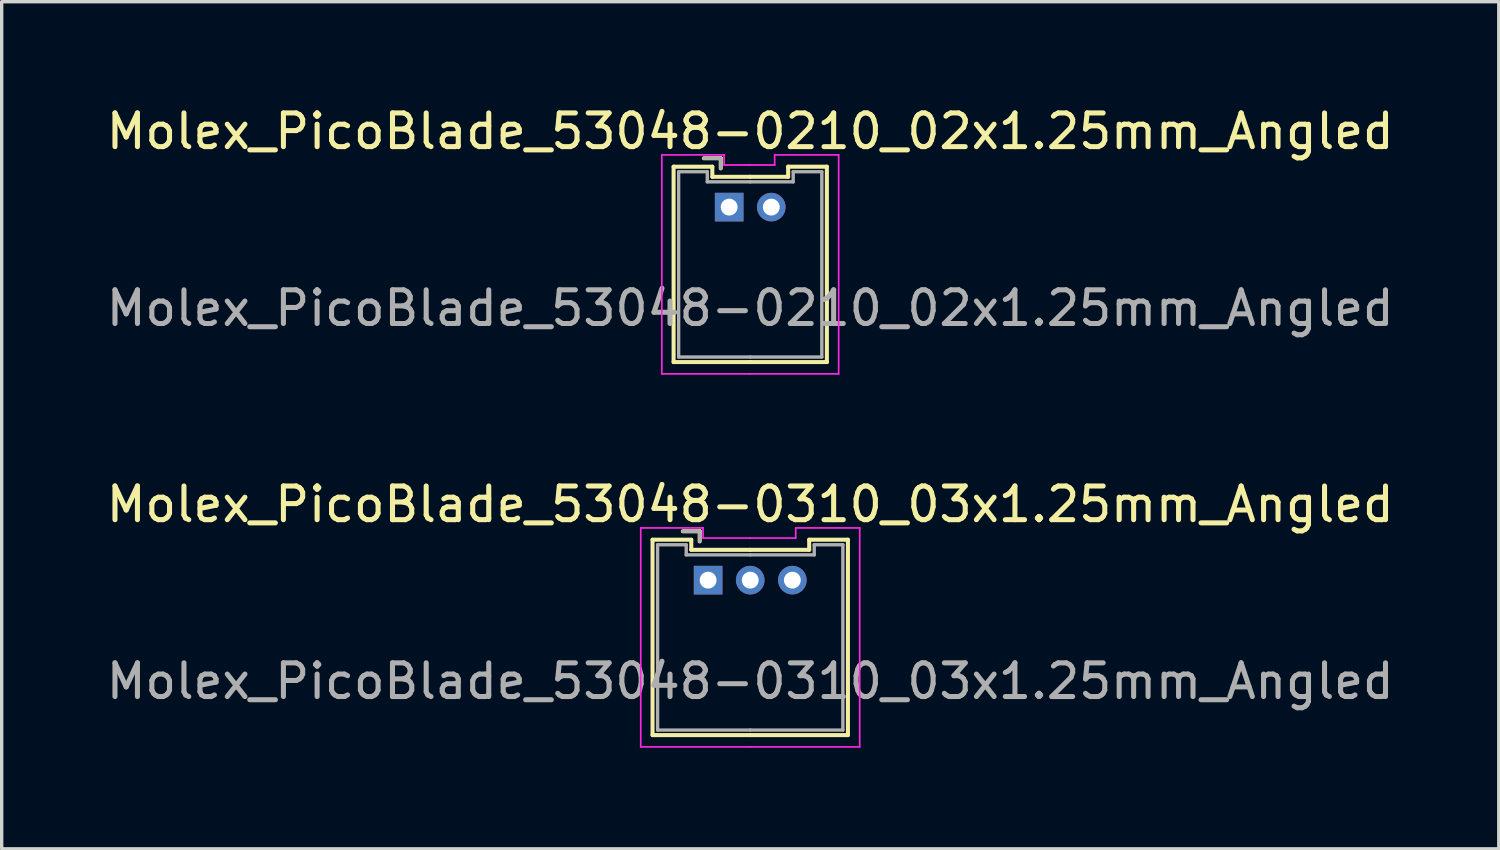
<source format=kicad_pcb>
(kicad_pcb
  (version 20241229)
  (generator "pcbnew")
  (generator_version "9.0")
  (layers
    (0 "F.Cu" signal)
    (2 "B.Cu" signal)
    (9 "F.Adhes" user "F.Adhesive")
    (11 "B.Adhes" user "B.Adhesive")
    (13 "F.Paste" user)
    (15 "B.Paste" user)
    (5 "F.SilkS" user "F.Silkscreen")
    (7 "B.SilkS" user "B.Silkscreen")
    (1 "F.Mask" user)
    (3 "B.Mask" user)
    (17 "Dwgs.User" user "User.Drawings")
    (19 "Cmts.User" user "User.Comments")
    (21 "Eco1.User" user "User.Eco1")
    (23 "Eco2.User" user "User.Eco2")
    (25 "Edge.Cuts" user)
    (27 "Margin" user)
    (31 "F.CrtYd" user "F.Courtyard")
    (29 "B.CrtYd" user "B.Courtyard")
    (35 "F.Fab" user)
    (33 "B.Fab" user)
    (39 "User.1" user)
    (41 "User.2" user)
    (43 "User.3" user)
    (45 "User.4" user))
  (footprint "Molex_PicoBlade_53048-0210_02x1.25mm_Angled"
    (layer "F.Cu")
    (at 18.595 3.098)
    (property "Reference" "Molex_PicoBlade_53048-0210_02x1.25mm_Angled" (at 0.625 -2.25 0) (layer "F.SilkS") (effects (font (size 1 1) (thickness 0.15))))
    (attr through_hole)
    (fp_line (start -1.65 -1.2) (end -1.65 4.6) (stroke (width 0.12) (type solid)) (layer "F.SilkS"))
    (fp_line (start -1.65 4.6) (end 0.625 4.6) (stroke (width 0.12) (type solid)) (layer "F.SilkS"))
    (fp_line (start -0.5 -1.2) (end -1.65 -1.2) (stroke (width 0.12) (type solid)) (layer "F.SilkS"))
    (fp_line (start -0.5 -0.9) (end -0.5 -1.2) (stroke (width 0.12) (type solid)) (layer "F.SilkS"))
    (fp_line (start -0.25 -1.45) (end -0.75 -1.45) (stroke (width 0.12) (type solid)) (layer "F.SilkS"))
    (fp_line (start -0.25 -1.15) (end -0.25 -1.45) (stroke (width 0.12) (type solid)) (layer "F.SilkS"))
    (fp_line (start 0.625 -0.9) (end -0.5 -0.9) (stroke (width 0.12) (type solid)) (layer "F.SilkS"))
    (fp_line (start 0.625 -0.9) (end 1.75 -0.9) (stroke (width 0.12) (type solid)) (layer "F.SilkS"))
    (fp_line (start 1.75 -1.2) (end 2.9 -1.2) (stroke (width 0.12) (type solid)) (layer "F.SilkS"))
    (fp_line (start 1.75 -0.9) (end 1.75 -1.2) (stroke (width 0.12) (type solid)) (layer "F.SilkS"))
    (fp_line (start 2.9 -1.2) (end 2.9 4.6) (stroke (width 0.12) (type solid)) (layer "F.SilkS"))
    (fp_line (start 2.9 4.6) (end 0.625 4.6) (stroke (width 0.12) (type solid)) (layer "F.SilkS"))
    (fp_line (start -2 -1.55) (end -2 4.95) (stroke (width 0.05) (type solid)) (layer "F.CrtYd"))
    (fp_line (start -2 4.95) (end 0.6 4.95) (stroke (width 0.05) (type solid)) (layer "F.CrtYd"))
    (fp_line (start -0.15 -1.55) (end -2 -1.55) (stroke (width 0.05) (type solid)) (layer "F.CrtYd"))
    (fp_line (start -0.15 -1.25) (end -0.15 -1.55) (stroke (width 0.05) (type solid)) (layer "F.CrtYd"))
    (fp_line (start 0.6 -1.25) (end -0.15 -1.25) (stroke (width 0.05) (type solid)) (layer "F.CrtYd"))
    (fp_line (start 0.6 -1.25) (end 1.35 -1.25) (stroke (width 0.05) (type solid)) (layer "F.CrtYd"))
    (fp_line (start 1.35 -1.55) (end 3.25 -1.55) (stroke (width 0.05) (type solid)) (layer "F.CrtYd"))
    (fp_line (start 1.35 -1.25) (end 1.35 -1.55) (stroke (width 0.05) (type solid)) (layer "F.CrtYd"))
    (fp_line (start 3.25 -1.55) (end 3.25 4.95) (stroke (width 0.05) (type solid)) (layer "F.CrtYd"))
    (fp_line (start 3.25 4.95) (end 0.6 4.95) (stroke (width 0.05) (type solid)) (layer "F.CrtYd"))
    (fp_line (start -1.5 -1.05) (end -1.5 4.45) (stroke (width 0.1) (type solid)) (layer "F.Fab"))
    (fp_line (start -1.5 4.45) (end 0.625 4.45) (stroke (width 0.1) (type solid)) (layer "F.Fab"))
    (fp_line (start -0.65 -1.05) (end -1.5 -1.05) (stroke (width 0.1) (type solid)) (layer "F.Fab"))
    (fp_line (start -0.65 -0.75) (end -0.65 -1.05) (stroke (width 0.1) (type solid)) (layer "F.Fab"))
    (fp_line (start -0.25 -1.45) (end -0.75 -1.45) (stroke (width 0.1) (type solid)) (layer "F.Fab"))
    (fp_line (start -0.25 -1.15) (end -0.25 -1.45) (stroke (width 0.1) (type solid)) (layer "F.Fab"))
    (fp_line (start 0.625 -0.75) (end -0.65 -0.75) (stroke (width 0.1) (type solid)) (layer "F.Fab"))
    (fp_line (start 0.625 -0.75) (end 1.9 -0.75) (stroke (width 0.1) (type solid)) (layer "F.Fab"))
    (fp_line (start 1.9 -1.05) (end 2.75 -1.05) (stroke (width 0.1) (type solid)) (layer "F.Fab"))
    (fp_line (start 1.9 -0.75) (end 1.9 -1.05) (stroke (width 0.1) (type solid)) (layer "F.Fab"))
    (fp_line (start 2.75 -1.05) (end 2.75 4.45) (stroke (width 0.1) (type solid)) (layer "F.Fab"))
    (fp_line (start 2.75 4.45) (end 0.625 4.45) (stroke (width 0.1) (type solid)) (layer "F.Fab"))
    (fp_text user "${REFERENCE}" (at 0.625 3 0) (layer "F.Fab") (effects (font (size 1 1) (thickness 0.15))))
    (pad "1" thru_hole rect (at 0 0) (size 0.85 0.85) (drill 0.5) (layers "*.Cu" "*.Mask"))
    (pad "2" thru_hole circle (at 1.25 0) (size 0.85 0.85) (drill 0.5) (layers "*.Cu" "*.Mask")))
  (footprint "Molex_PicoBlade_53048-0310_03x1.25mm_Angled"
    (layer "F.Cu")
    (at 17.97 14.171)
    (property "Reference" "Molex_PicoBlade_53048-0310_03x1.25mm_Angled" (at 1.25 -2.25 0) (layer "F.SilkS") (effects (font (size 1 1) (thickness 0.15))))
    (attr through_hole)
    (fp_line (start -1.65 -1.2) (end -1.65 4.6) (stroke (width 0.12) (type solid)) (layer "F.SilkS"))
    (fp_line (start -1.65 4.6) (end 1.25 4.6) (stroke (width 0.12) (type solid)) (layer "F.SilkS"))
    (fp_line (start -0.5 -1.2) (end -1.65 -1.2) (stroke (width 0.12) (type solid)) (layer "F.SilkS"))
    (fp_line (start -0.5 -0.9) (end -0.5 -1.2) (stroke (width 0.12) (type solid)) (layer "F.SilkS"))
    (fp_line (start -0.25 -1.45) (end -0.75 -1.45) (stroke (width 0.12) (type solid)) (layer "F.SilkS"))
    (fp_line (start -0.25 -1.15) (end -0.25 -1.45) (stroke (width 0.12) (type solid)) (layer "F.SilkS"))
    (fp_line (start 1.25 -0.9) (end -0.5 -0.9) (stroke (width 0.12) (type solid)) (layer "F.SilkS"))
    (fp_line (start 1.25 -0.9) (end 3 -0.9) (stroke (width 0.12) (type solid)) (layer "F.SilkS"))
    (fp_line (start 3 -1.2) (end 4.15 -1.2) (stroke (width 0.12) (type solid)) (layer "F.SilkS"))
    (fp_line (start 3 -0.9) (end 3 -1.2) (stroke (width 0.12) (type solid)) (layer "F.SilkS"))
    (fp_line (start 4.15 -1.2) (end 4.15 4.6) (stroke (width 0.12) (type solid)) (layer "F.SilkS"))
    (fp_line (start 4.15 4.6) (end 1.25 4.6) (stroke (width 0.12) (type solid)) (layer "F.SilkS"))
    (fp_line (start -2 -1.55) (end -2 4.95) (stroke (width 0.05) (type solid)) (layer "F.CrtYd"))
    (fp_line (start -2 4.95) (end 1.25 4.95) (stroke (width 0.05) (type solid)) (layer "F.CrtYd"))
    (fp_line (start -0.15 -1.55) (end -2 -1.55) (stroke (width 0.05) (type solid)) (layer "F.CrtYd"))
    (fp_line (start -0.15 -1.25) (end -0.15 -1.55) (stroke (width 0.05) (type solid)) (layer "F.CrtYd"))
    (fp_line (start 1.25 -1.25) (end -0.15 -1.25) (stroke (width 0.05) (type solid)) (layer "F.CrtYd"))
    (fp_line (start 1.25 -1.25) (end 2.6 -1.25) (stroke (width 0.05) (type solid)) (layer "F.CrtYd"))
    (fp_line (start 2.6 -1.55) (end 4.5 -1.55) (stroke (width 0.05) (type solid)) (layer "F.CrtYd"))
    (fp_line (start 2.6 -1.25) (end 2.6 -1.55) (stroke (width 0.05) (type solid)) (layer "F.CrtYd"))
    (fp_line (start 4.5 -1.55) (end 4.5 4.95) (stroke (width 0.05) (type solid)) (layer "F.CrtYd"))
    (fp_line (start 4.5 4.95) (end 1.25 4.95) (stroke (width 0.05) (type solid)) (layer "F.CrtYd"))
    (fp_line (start -1.5 -1.05) (end -1.5 4.45) (stroke (width 0.1) (type solid)) (layer "F.Fab"))
    (fp_line (start -1.5 4.45) (end 1.25 4.45) (stroke (width 0.1) (type solid)) (layer "F.Fab"))
    (fp_line (start -0.65 -1.05) (end -1.5 -1.05) (stroke (width 0.1) (type solid)) (layer "F.Fab"))
    (fp_line (start -0.65 -0.75) (end -0.65 -1.05) (stroke (width 0.1) (type solid)) (layer "F.Fab"))
    (fp_line (start -0.25 -1.45) (end -0.75 -1.45) (stroke (width 0.1) (type solid)) (layer "F.Fab"))
    (fp_line (start -0.25 -1.15) (end -0.25 -1.45) (stroke (width 0.1) (type solid)) (layer "F.Fab"))
    (fp_line (start 1.25 -0.75) (end -0.65 -0.75) (stroke (width 0.1) (type solid)) (layer "F.Fab"))
    (fp_line (start 1.25 -0.75) (end 3.15 -0.75) (stroke (width 0.1) (type solid)) (layer "F.Fab"))
    (fp_line (start 3.15 -1.05) (end 4 -1.05) (stroke (width 0.1) (type solid)) (layer "F.Fab"))
    (fp_line (start 3.15 -0.75) (end 3.15 -1.05) (stroke (width 0.1) (type solid)) (layer "F.Fab"))
    (fp_line (start 4 -1.05) (end 4 4.45) (stroke (width 0.1) (type solid)) (layer "F.Fab"))
    (fp_line (start 4 4.45) (end 1.25 4.45) (stroke (width 0.1) (type solid)) (layer "F.Fab"))
    (fp_text user "${REFERENCE}" (at 1.25 3 0) (layer "F.Fab") (effects (font (size 1 1) (thickness 0.15))))
    (pad "1" thru_hole rect (at 0 0) (size 0.85 0.85) (drill 0.5) (layers "*.Cu" "*.Mask"))
    (pad "2" thru_hole circle (at 1.25 0) (size 0.85 0.85) (drill 0.5) (layers "*.Cu" "*.Mask"))
    (pad "3" thru_hole circle (at 2.5 0) (size 0.85 0.85) (drill 0.5) (layers "*.Cu" "*.Mask")))
  (gr_rect
    (start -3 -3)
    (end 41.44 22.146)
    (stroke (width 0.1) (type default))
    (fill no)
    (layer "Edge.Cuts")))
</source>
